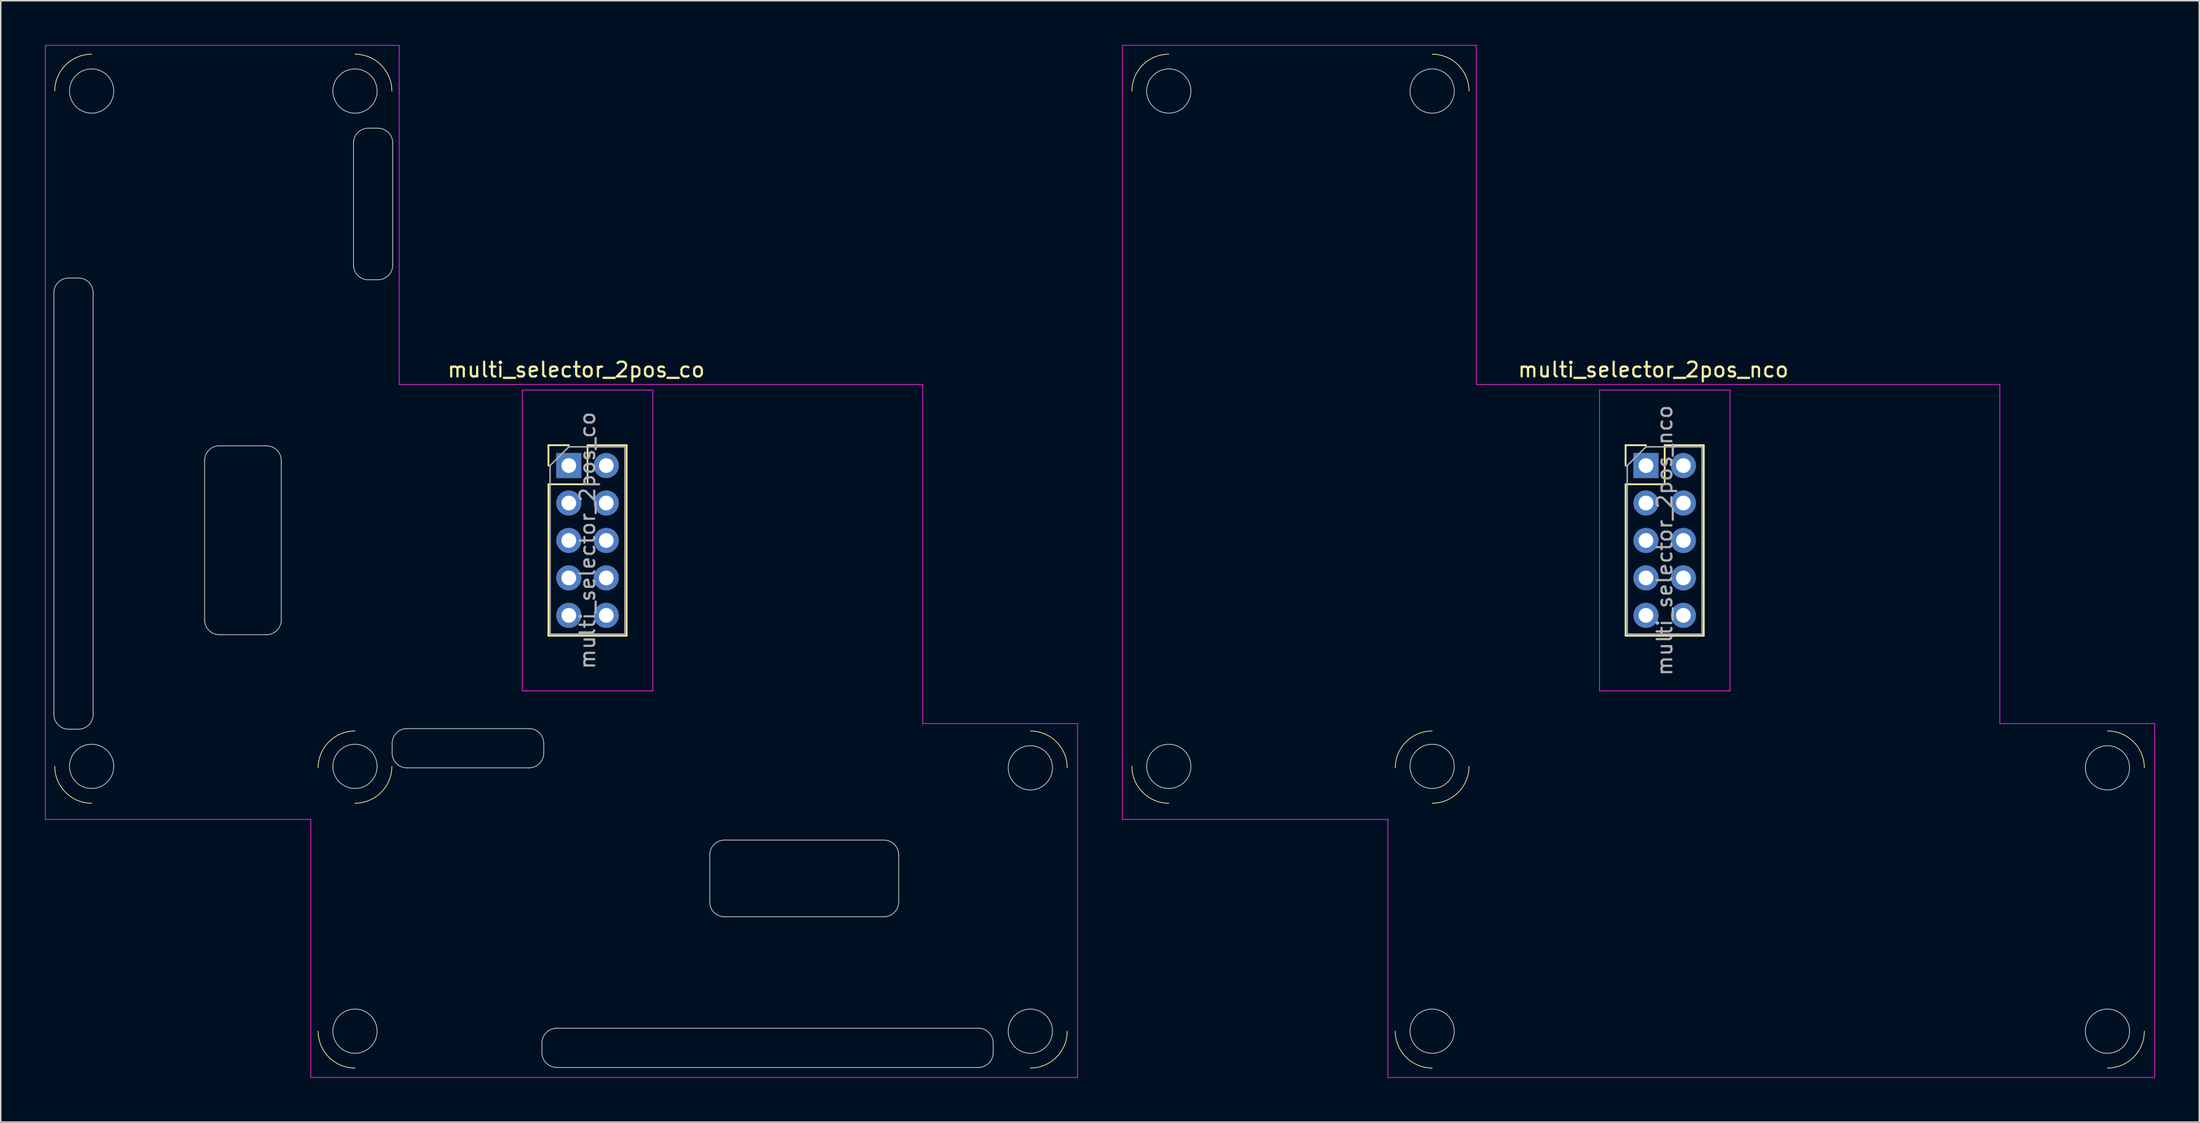
<source format=kicad_pcb>
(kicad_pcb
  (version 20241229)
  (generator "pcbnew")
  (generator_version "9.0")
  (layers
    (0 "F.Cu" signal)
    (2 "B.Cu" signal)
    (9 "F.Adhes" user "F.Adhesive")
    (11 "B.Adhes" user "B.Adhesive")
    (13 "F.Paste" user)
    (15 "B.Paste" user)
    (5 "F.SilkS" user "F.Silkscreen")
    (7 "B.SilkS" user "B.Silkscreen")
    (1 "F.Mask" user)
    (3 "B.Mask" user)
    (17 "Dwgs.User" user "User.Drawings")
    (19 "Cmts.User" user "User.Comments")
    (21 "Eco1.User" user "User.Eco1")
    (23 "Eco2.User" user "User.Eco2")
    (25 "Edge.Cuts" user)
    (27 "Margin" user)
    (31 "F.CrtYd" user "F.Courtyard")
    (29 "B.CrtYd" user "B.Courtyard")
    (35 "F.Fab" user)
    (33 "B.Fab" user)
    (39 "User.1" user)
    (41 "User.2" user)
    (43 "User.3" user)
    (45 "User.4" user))
  (footprint "multi_selector_2pos_nco"
    (layer "F.Cu")
    (at 108.575 28.525)
    (property "Reference" "multi_selector_2pos_nco" (at 0.5 -6.5 0) (layer "F.SilkS") (effects (font (size 1 1) (thickness 0.15))))
    (attr through_hole)
    (fp_line (start -1.38 -1.38) (end 0 -1.38) (stroke (width 0.12) (type solid)) (layer "F.SilkS"))
    (fp_line (start -1.38 0) (end -1.38 -1.38) (stroke (width 0.12) (type solid)) (layer "F.SilkS"))
    (fp_line (start -1.38 1.27) (end -1.38 11.54) (stroke (width 0.12) (type solid)) (layer "F.SilkS"))
    (fp_line (start -1.38 1.27) (end 1.27 1.27) (stroke (width 0.12) (type solid)) (layer "F.SilkS"))
    (fp_line (start -1.38 11.54) (end 3.92 11.54) (stroke (width 0.12) (type solid)) (layer "F.SilkS"))
    (fp_line (start 1.27 -1.38) (end 3.92 -1.38) (stroke (width 0.12) (type solid)) (layer "F.SilkS"))
    (fp_line (start 1.27 1.27) (end 1.27 -1.38) (stroke (width 0.12) (type solid)) (layer "F.SilkS"))
    (fp_line (start 3.92 -1.38) (end 3.92 11.54) (stroke (width 0.12) (type solid)) (layer "F.SilkS"))
    (fp_arc (start -34.86 -25.4) (mid -34.127767 -27.167767) (end -32.36 -27.9) (stroke (width 0.05) (type solid)) (layer "F.SilkS"))
    (fp_arc (start -32.36 22.9) (mid -34.127767 22.167767) (end -34.86 20.4) (stroke (width 0.05) (type solid)) (layer "F.SilkS"))
    (fp_arc (start -17 20.5) (mid -16.267767 18.732233) (end -14.5 18) (stroke (width 0.05) (type solid)) (layer "F.SilkS"))
    (fp_arc (start -14.5 -27.9) (mid -12.732233 -27.167767) (end -12 -25.4) (stroke (width 0.05) (type solid)) (layer "F.SilkS"))
    (fp_arc (start -14.5 40.86) (mid -16.267767 40.127767) (end -17 38.36) (stroke (width 0.05) (type solid)) (layer "F.SilkS"))
    (fp_arc (start -12 20.4) (mid -12.732233 22.167767) (end -14.5 22.9) (stroke (width 0.05) (type solid)) (layer "F.SilkS"))
    (fp_arc (start 31.3 18) (mid 33.067767 18.732233) (end 33.8 20.5) (stroke (width 0.05) (type solid)) (layer "F.SilkS"))
    (fp_arc (start 33.8 38.36) (mid 33.067767 40.127767) (end 31.3 40.86) (stroke (width 0.05) (type solid)) (layer "F.SilkS"))
    (fp_circle (center -32.36 -25.4) (end -30.86 -25.4) (stroke (width 0.05) (type solid)) (fill no) (layer "Edge.Cuts"))
    (fp_circle (center -32.36 20.4) (end -30.86 20.4) (stroke (width 0.05) (type solid)) (fill no) (layer "Edge.Cuts"))
    (fp_circle (center -14.5 -25.4) (end -13 -25.4) (stroke (width 0.05) (type solid)) (fill no) (layer "Edge.Cuts"))
    (fp_circle (center -14.5 20.4) (end -13 20.4) (stroke (width 0.05) (type solid)) (fill no) (layer "Edge.Cuts"))
    (fp_circle (center -14.5 38.36) (end -14.5 36.86) (stroke (width 0.05) (type solid)) (fill no) (layer "Edge.Cuts"))
    (fp_circle (center 31.3 20.5) (end 31.3 19) (stroke (width 0.05) (type solid)) (fill no) (layer "Edge.Cuts"))
    (fp_circle (center 31.3 38.36) (end 31.3 36.86) (stroke (width 0.05) (type solid)) (fill no) (layer "Edge.Cuts"))
    (fp_line (start -35.5 24) (end -35.5 -28.5) (stroke (width 0.05) (type default)) (layer "F.CrtYd"))
    (fp_line (start -35.5 24) (end -17.5 24) (stroke (width 0.05) (type default)) (layer "F.CrtYd"))
    (fp_line (start -17.5 24) (end -17.5 41.5) (stroke (width 0.05) (type default)) (layer "F.CrtYd"))
    (fp_line (start -17.5 41.5) (end 34.5 41.5) (stroke (width 0.05) (type default)) (layer "F.CrtYd"))
    (fp_line (start -11.5 -28.5) (end -35.5 -28.5) (stroke (width 0.05) (type default)) (layer "F.CrtYd"))
    (fp_line (start -11.5 -28.5) (end -11.5 -5.5) (stroke (width 0.05) (type solid)) (layer "F.CrtYd"))
    (fp_line (start -11.5 -5.5) (end 24 -5.5) (stroke (width 0.05) (type solid)) (layer "F.CrtYd"))
    (fp_line (start -3.15 -5.12) (end 5.7 -5.12) (stroke (width 0.05) (type solid)) (layer "F.CrtYd"))
    (fp_line (start -3.15 15.28) (end -3.15 -5.12) (stroke (width 0.05) (type solid)) (layer "F.CrtYd"))
    (fp_line (start -3.15 15.28) (end 5.7 15.28) (stroke (width 0.05) (type solid)) (layer "F.CrtYd"))
    (fp_line (start 5.7 15.28) (end 5.7 -5.12) (stroke (width 0.05) (type solid)) (layer "F.CrtYd"))
    (fp_line (start 24 -5.5) (end 24 17.5) (stroke (width 0.05) (type solid)) (layer "F.CrtYd"))
    (fp_line (start 34.5 17.5) (end 24 17.5) (stroke (width 0.05) (type default)) (layer "F.CrtYd"))
    (fp_line (start 34.5 41.5) (end 34.5 17.5) (stroke (width 0.05) (type default)) (layer "F.CrtYd"))
    (fp_line (start -1.27 0) (end 0 -1.27) (stroke (width 0.1) (type solid)) (layer "F.Fab"))
    (fp_line (start -1.27 11.43) (end -1.27 0) (stroke (width 0.1) (type solid)) (layer "F.Fab"))
    (fp_line (start 0 -1.27) (end 3.81 -1.27) (stroke (width 0.1) (type solid)) (layer "F.Fab"))
    (fp_line (start 3.81 -1.27) (end 3.81 11.43) (stroke (width 0.1) (type solid)) (layer "F.Fab"))
    (fp_line (start 3.81 11.43) (end -1.27 11.43) (stroke (width 0.1) (type solid)) (layer "F.Fab"))
    (fp_text user "${REFERENCE}" (at 1.27 5.08 90) (layer "F.Fab") (effects (font (size 1 1) (thickness 0.15))))
    (pad "1" thru_hole rect (at 0 0) (size 1.7 1.7) (drill 1) (layers "*.Cu" "*.Mask"))
    (pad "2" thru_hole circle (at 2.54 0) (size 1.7 1.7) (drill 1) (layers "*.Cu" "*.Mask"))
    (pad "3" thru_hole circle (at 0 2.54) (size 1.7 1.7) (drill 1) (layers "*.Cu" "*.Mask"))
    (pad "4" thru_hole circle (at 2.54 2.54) (size 1.7 1.7) (drill 1) (layers "*.Cu" "*.Mask"))
    (pad "5" thru_hole circle (at 0 5.08) (size 1.7 1.7) (drill 1) (layers "*.Cu" "*.Mask"))
    (pad "6" thru_hole circle (at 2.54 5.08) (size 1.7 1.7) (drill 1) (layers "*.Cu" "*.Mask"))
    (pad "7" thru_hole circle (at 0 7.62) (size 1.7 1.7) (drill 1) (layers "*.Cu" "*.Mask"))
    (pad "8" thru_hole circle (at 2.54 7.62) (size 1.7 1.7) (drill 1) (layers "*.Cu" "*.Mask"))
    (pad "9" thru_hole circle (at 0 10.16) (size 1.7 1.7) (drill 1) (layers "*.Cu" "*.Mask"))
    (pad "10" thru_hole circle (at 2.54 10.16) (size 1.7 1.7) (drill 1) (layers "*.Cu" "*.Mask")))
  (footprint "multi_selector_2pos_co"
    (layer "F.Cu")
    (at 35.525 28.525)
    (property "Reference" "multi_selector_2pos_co" (at 0.5 -6.5 0) (layer "F.SilkS") (effects (font (size 1 1) (thickness 0.15))))
    (attr through_hole)
    (fp_line (start -1.38 -1.38) (end 0 -1.38) (stroke (width 0.12) (type solid)) (layer "F.SilkS"))
    (fp_line (start -1.38 0) (end -1.38 -1.38) (stroke (width 0.12) (type solid)) (layer "F.SilkS"))
    (fp_line (start -1.38 1.27) (end -1.38 11.54) (stroke (width 0.12) (type solid)) (layer "F.SilkS"))
    (fp_line (start -1.38 1.27) (end 1.27 1.27) (stroke (width 0.12) (type solid)) (layer "F.SilkS"))
    (fp_line (start -1.38 11.54) (end 3.92 11.54) (stroke (width 0.12) (type solid)) (layer "F.SilkS"))
    (fp_line (start 1.27 -1.38) (end 3.92 -1.38) (stroke (width 0.12) (type solid)) (layer "F.SilkS"))
    (fp_line (start 1.27 1.27) (end 1.27 -1.38) (stroke (width 0.12) (type solid)) (layer "F.SilkS"))
    (fp_line (start 3.92 -1.38) (end 3.92 11.54) (stroke (width 0.12) (type solid)) (layer "F.SilkS"))
    (fp_arc (start -34.86 -25.4) (mid -34.127767 -27.167767) (end -32.36 -27.9) (stroke (width 0.05) (type solid)) (layer "F.SilkS"))
    (fp_arc (start -32.36 22.9) (mid -34.127767 22.167767) (end -34.86 20.4) (stroke (width 0.05) (type solid)) (layer "F.SilkS"))
    (fp_arc (start -17 20.5) (mid -16.267767 18.732233) (end -14.5 18) (stroke (width 0.05) (type solid)) (layer "F.SilkS"))
    (fp_arc (start -14.5 -27.9) (mid -12.732233 -27.167767) (end -12 -25.4) (stroke (width 0.05) (type solid)) (layer "F.SilkS"))
    (fp_arc (start -14.5 40.86) (mid -16.267767 40.127767) (end -17 38.36) (stroke (width 0.05) (type solid)) (layer "F.SilkS"))
    (fp_arc (start -12 20.4) (mid -12.732233 22.167767) (end -14.5 22.9) (stroke (width 0.05) (type solid)) (layer "F.SilkS"))
    (fp_arc (start 31.3 18) (mid 33.067767 18.732233) (end 33.8 20.5) (stroke (width 0.05) (type solid)) (layer "F.SilkS"))
    (fp_arc (start 33.8 38.36) (mid 33.067767 40.127767) (end 31.3 40.86) (stroke (width 0.05) (type solid)) (layer "F.SilkS"))
    (fp_line (start -34.92 16.88) (end -34.92 -11.72) (stroke (width 0.05) (type default)) (layer "Edge.Cuts"))
    (fp_line (start -33.92 -12.72) (end -33.26 -12.72) (stroke (width 0.05) (type default)) (layer "Edge.Cuts"))
    (fp_line (start -33.26 17.88) (end -33.92 17.88) (stroke (width 0.05) (type default)) (layer "Edge.Cuts"))
    (fp_line (start -32.26 -11.72) (end -32.26 16.88) (stroke (width 0.05) (type default)) (layer "Edge.Cuts"))
    (fp_line (start -24.7 10.47) (end -24.7 -0.34) (stroke (width 0.05) (type default)) (layer "Edge.Cuts"))
    (fp_line (start -23.7 -1.34) (end -20.5 -1.34) (stroke (width 0.05) (type default)) (layer "Edge.Cuts"))
    (fp_line (start -20.5 11.47) (end -23.7 11.47) (stroke (width 0.05) (type default)) (layer "Edge.Cuts"))
    (fp_line (start -19.5 -0.34) (end -19.5 10.47) (stroke (width 0.05) (type default)) (layer "Edge.Cuts"))
    (fp_line (start -14.6 -13.6) (end -14.6 -21.88) (stroke (width 0.05) (type default)) (layer "Edge.Cuts"))
    (fp_line (start -13.6 -22.88) (end -12.94 -22.88) (stroke (width 0.05) (type default)) (layer "Edge.Cuts"))
    (fp_line (start -12.94 -12.6) (end -13.6 -12.6) (stroke (width 0.05) (type default)) (layer "Edge.Cuts"))
    (fp_line (start -11.98 19.5) (end -11.98 18.84) (stroke (width 0.05) (type default)) (layer "Edge.Cuts"))
    (fp_line (start -11.94 -21.88) (end -11.94 -13.6) (stroke (width 0.05) (type default)) (layer "Edge.Cuts"))
    (fp_line (start -10.98 17.84) (end -2.7 17.84) (stroke (width 0.05) (type default)) (layer "Edge.Cuts"))
    (fp_line (start -2.7 20.5) (end -10.98 20.5) (stroke (width 0.05) (type default)) (layer "Edge.Cuts"))
    (fp_line (start -1.82 39.82) (end -1.82 39.16) (stroke (width 0.05) (type default)) (layer "Edge.Cuts"))
    (fp_line (start -1.7 18.84) (end -1.7 19.5) (stroke (width 0.05) (type default)) (layer "Edge.Cuts"))
    (fp_line (start -0.82 38.16) (end 27.78 38.16) (stroke (width 0.05) (type default)) (layer "Edge.Cuts"))
    (fp_line (start 9.56 29.6) (end 9.56 26.4) (stroke (width 0.05) (type default)) (layer "Edge.Cuts"))
    (fp_line (start 10.56 25.4) (end 21.37 25.4) (stroke (width 0.05) (type default)) (layer "Edge.Cuts"))
    (fp_line (start 21.37 30.6) (end 10.56 30.6) (stroke (width 0.05) (type default)) (layer "Edge.Cuts"))
    (fp_line (start 22.37 26.4) (end 22.37 29.6) (stroke (width 0.05) (type default)) (layer "Edge.Cuts"))
    (fp_line (start 27.78 40.82) (end -0.82 40.82) (stroke (width 0.05) (type default)) (layer "Edge.Cuts"))
    (fp_line (start 28.78 39.16) (end 28.78 39.82) (stroke (width 0.05) (type default)) (layer "Edge.Cuts"))
    (fp_arc (start -34.92 -11.72) (mid -34.627107 -12.427107) (end -33.92 -12.72) (stroke (width 0.05) (type default)) (layer "Edge.Cuts"))
    (fp_arc (start -33.92 17.88) (mid -34.627107 17.587107) (end -34.92 16.88) (stroke (width 0.05) (type default)) (layer "Edge.Cuts"))
    (fp_arc (start -33.26 -12.72) (mid -32.552893 -12.427107) (end -32.26 -11.72) (stroke (width 0.05) (type default)) (layer "Edge.Cuts"))
    (fp_arc (start -32.26 16.88) (mid -32.552893 17.587107) (end -33.26 17.88) (stroke (width 0.05) (type default)) (layer "Edge.Cuts"))
    (fp_arc (start -24.7 -0.34) (mid -24.407107 -1.047107) (end -23.7 -1.34) (stroke (width 0.05) (type default)) (layer "Edge.Cuts"))
    (fp_arc (start -23.7 11.47) (mid -24.407107 11.177107) (end -24.7 10.47) (stroke (width 0.05) (type default)) (layer "Edge.Cuts"))
    (fp_arc (start -20.5 -1.34) (mid -19.792893 -1.047107) (end -19.5 -0.34) (stroke (width 0.05) (type default)) (layer "Edge.Cuts"))
    (fp_arc (start -19.5 10.47) (mid -19.792893 11.177107) (end -20.5 11.47) (stroke (width 0.05) (type default)) (layer "Edge.Cuts"))
    (fp_arc (start -14.6 -21.88) (mid -14.307107 -22.587107) (end -13.6 -22.88) (stroke (width 0.05) (type default)) (layer "Edge.Cuts"))
    (fp_arc (start -13.6 -12.6) (mid -14.307107 -12.892893) (end -14.6 -13.6) (stroke (width 0.05) (type default)) (layer "Edge.Cuts"))
    (fp_arc (start -12.94 -22.88) (mid -12.232893 -22.587107) (end -11.94 -21.88) (stroke (width 0.05) (type default)) (layer "Edge.Cuts"))
    (fp_arc (start -11.98 18.84) (mid -11.687107 18.132893) (end -10.98 17.84) (stroke (width 0.05) (type default)) (layer "Edge.Cuts"))
    (fp_arc (start -11.94 -13.6) (mid -12.232893 -12.892893) (end -12.94 -12.6) (stroke (width 0.05) (type default)) (layer "Edge.Cuts"))
    (fp_arc (start -10.98 20.5) (mid -11.687107 20.207107) (end -11.98 19.5) (stroke (width 0.05) (type default)) (layer "Edge.Cuts"))
    (fp_arc (start -2.7 17.84) (mid -1.992893 18.132893) (end -1.7 18.84) (stroke (width 0.05) (type default)) (layer "Edge.Cuts"))
    (fp_arc (start -1.82 39.16) (mid -1.527107 38.452893) (end -0.82 38.16) (stroke (width 0.05) (type default)) (layer "Edge.Cuts"))
    (fp_arc (start -1.7 19.5) (mid -1.992893 20.207107) (end -2.7 20.5) (stroke (width 0.05) (type default)) (layer "Edge.Cuts"))
    (fp_arc (start -0.82 40.82) (mid -1.527107 40.527107) (end -1.82 39.82) (stroke (width 0.05) (type default)) (layer "Edge.Cuts"))
    (fp_arc (start 9.56 26.4) (mid 9.852893 25.692893) (end 10.56 25.4) (stroke (width 0.05) (type default)) (layer "Edge.Cuts"))
    (fp_arc (start 10.56 30.6) (mid 9.852893 30.307107) (end 9.56 29.6) (stroke (width 0.05) (type default)) (layer "Edge.Cuts"))
    (fp_arc (start 21.37 25.4) (mid 22.077107 25.692893) (end 22.37 26.4) (stroke (width 0.05) (type default)) (layer "Edge.Cuts"))
    (fp_arc (start 22.37 29.6) (mid 22.077107 30.307107) (end 21.37 30.6) (stroke (width 0.05) (type default)) (layer "Edge.Cuts"))
    (fp_arc (start 27.78 38.16) (mid 28.487107 38.452893) (end 28.78 39.16) (stroke (width 0.05) (type default)) (layer "Edge.Cuts"))
    (fp_arc (start 28.78 39.82) (mid 28.487107 40.527107) (end 27.78 40.82) (stroke (width 0.05) (type default)) (layer "Edge.Cuts"))
    (fp_circle (center -32.36 -25.4) (end -30.86 -25.4) (stroke (width 0.05) (type solid)) (fill no) (layer "Edge.Cuts"))
    (fp_circle (center -32.36 20.4) (end -30.86 20.4) (stroke (width 0.05) (type solid)) (fill no) (layer "Edge.Cuts"))
    (fp_circle (center -14.5 -25.4) (end -13 -25.4) (stroke (width 0.05) (type solid)) (fill no) (layer "Edge.Cuts"))
    (fp_circle (center -14.5 20.4) (end -13 20.4) (stroke (width 0.05) (type solid)) (fill no) (layer "Edge.Cuts"))
    (fp_circle (center -14.5 38.36) (end -14.5 36.86) (stroke (width 0.05) (type solid)) (fill no) (layer "Edge.Cuts"))
    (fp_circle (center 31.3 20.5) (end 31.3 19) (stroke (width 0.05) (type solid)) (fill no) (layer "Edge.Cuts"))
    (fp_circle (center 31.3 38.36) (end 31.3 36.86) (stroke (width 0.05) (type solid)) (fill no) (layer "Edge.Cuts"))
    (fp_line (start -35.5 24) (end -35.5 -28.5) (stroke (width 0.05) (type default)) (layer "F.CrtYd"))
    (fp_line (start -35.5 24) (end -17.5 24) (stroke (width 0.05) (type default)) (layer "F.CrtYd"))
    (fp_line (start -17.5 24) (end -17.5 41.5) (stroke (width 0.05) (type default)) (layer "F.CrtYd"))
    (fp_line (start -17.5 41.5) (end 34.5 41.5) (stroke (width 0.05) (type default)) (layer "F.CrtYd"))
    (fp_line (start -11.5 -28.5) (end -35.5 -28.5) (stroke (width 0.05) (type default)) (layer "F.CrtYd"))
    (fp_line (start -11.5 -28.5) (end -11.5 -5.5) (stroke (width 0.05) (type solid)) (layer "F.CrtYd"))
    (fp_line (start -11.5 -5.5) (end 24 -5.5) (stroke (width 0.05) (type solid)) (layer "F.CrtYd"))
    (fp_line (start -3.15 -5.12) (end 5.7 -5.12) (stroke (width 0.05) (type solid)) (layer "F.CrtYd"))
    (fp_line (start -3.15 15.28) (end -3.15 -5.12) (stroke (width 0.05) (type solid)) (layer "F.CrtYd"))
    (fp_line (start -3.15 15.28) (end 5.7 15.28) (stroke (width 0.05) (type solid)) (layer "F.CrtYd"))
    (fp_line (start 5.7 15.28) (end 5.7 -5.12) (stroke (width 0.05) (type solid)) (layer "F.CrtYd"))
    (fp_line (start 24 -5.5) (end 24 17.5) (stroke (width 0.05) (type solid)) (layer "F.CrtYd"))
    (fp_line (start 34.5 17.5) (end 24 17.5) (stroke (width 0.05) (type default)) (layer "F.CrtYd"))
    (fp_line (start 34.5 41.5) (end 34.5 17.5) (stroke (width 0.05) (type default)) (layer "F.CrtYd"))
    (fp_line (start -1.27 0) (end 0 -1.27) (stroke (width 0.1) (type solid)) (layer "F.Fab"))
    (fp_line (start -1.27 11.43) (end -1.27 0) (stroke (width 0.1) (type solid)) (layer "F.Fab"))
    (fp_line (start 0 -1.27) (end 3.81 -1.27) (stroke (width 0.1) (type solid)) (layer "F.Fab"))
    (fp_line (start 3.81 -1.27) (end 3.81 11.43) (stroke (width 0.1) (type solid)) (layer "F.Fab"))
    (fp_line (start 3.81 11.43) (end -1.27 11.43) (stroke (width 0.1) (type solid)) (layer "F.Fab"))
    (fp_text user "${REFERENCE}" (at 1.27 5.08 90) (layer "F.Fab") (effects (font (size 1 1) (thickness 0.15))))
    (pad "1" thru_hole rect (at 0 0) (size 1.7 1.7) (drill 1) (layers "*.Cu" "*.Mask"))
    (pad "2" thru_hole circle (at 2.54 0) (size 1.7 1.7) (drill 1) (layers "*.Cu" "*.Mask"))
    (pad "3" thru_hole circle (at 0 2.54) (size 1.7 1.7) (drill 1) (layers "*.Cu" "*.Mask"))
    (pad "4" thru_hole circle (at 2.54 2.54) (size 1.7 1.7) (drill 1) (layers "*.Cu" "*.Mask"))
    (pad "5" thru_hole circle (at 0 5.08) (size 1.7 1.7) (drill 1) (layers "*.Cu" "*.Mask"))
    (pad "6" thru_hole circle (at 2.54 5.08) (size 1.7 1.7) (drill 1) (layers "*.Cu" "*.Mask"))
    (pad "7" thru_hole circle (at 0 7.62) (size 1.7 1.7) (drill 1) (layers "*.Cu" "*.Mask"))
    (pad "8" thru_hole circle (at 2.54 7.62) (size 1.7 1.7) (drill 1) (layers "*.Cu" "*.Mask"))
    (pad "9" thru_hole circle (at 0 10.16) (size 1.7 1.7) (drill 1) (layers "*.Cu" "*.Mask"))
    (pad "10" thru_hole circle (at 2.54 10.16) (size 1.7 1.7) (drill 1) (layers "*.Cu" "*.Mask")))
  (gr_rect
    (start -3 -3)
    (end 146.1 73.05)
    (stroke (width 0.1) (type default))
    (fill no)
    (layer "Edge.Cuts")))
</source>
